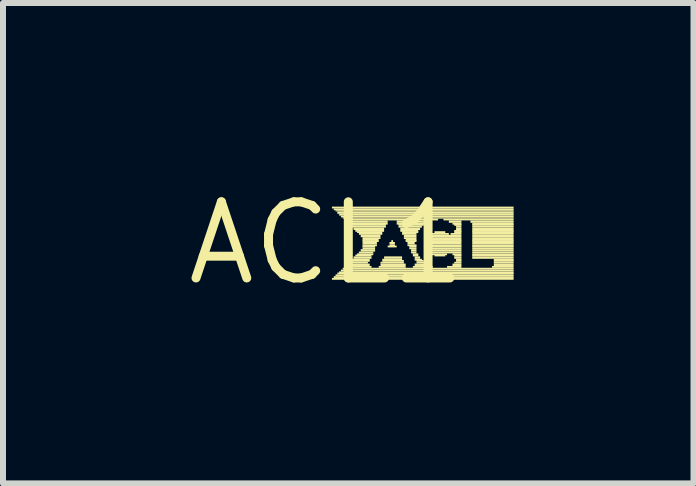
<source format=kicad_pcb>
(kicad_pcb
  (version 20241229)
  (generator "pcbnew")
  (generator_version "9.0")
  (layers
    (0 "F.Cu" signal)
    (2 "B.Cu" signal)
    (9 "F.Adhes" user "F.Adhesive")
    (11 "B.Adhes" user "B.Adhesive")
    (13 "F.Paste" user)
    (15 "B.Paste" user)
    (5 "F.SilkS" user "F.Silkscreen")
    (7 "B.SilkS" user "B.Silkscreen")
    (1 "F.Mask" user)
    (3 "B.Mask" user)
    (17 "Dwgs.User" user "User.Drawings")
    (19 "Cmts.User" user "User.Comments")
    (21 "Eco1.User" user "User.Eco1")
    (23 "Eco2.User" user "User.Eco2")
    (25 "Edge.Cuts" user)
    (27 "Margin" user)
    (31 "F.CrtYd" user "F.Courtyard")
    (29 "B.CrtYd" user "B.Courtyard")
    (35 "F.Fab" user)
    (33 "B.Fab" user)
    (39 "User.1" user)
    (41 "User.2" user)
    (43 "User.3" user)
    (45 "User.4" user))
  (footprint "ACL1"
    (layer "F.Cu")
    (at 2.396 1.006)
    (property "Reference" "ACL1" (at 0 0 0) (layer "F.SilkS") (effects (font (size 1.27 1.27) (thickness 0.15))))
    (attr through_hole)
    (fp_poly (pts (xy 0.09 -0.58) (xy 3.12 -0.58) (xy 3.12 -0.61) (xy 0.09 -0.61)) (stroke (width 0) (type solid)) (fill yes) (layer "F.SilkS"))
    (fp_poly (pts (xy 0.09 0.61) (xy 3.12 0.61) (xy 3.12 0.58) (xy 0.09 0.58)) (stroke (width 0) (type solid)) (fill yes) (layer "F.SilkS"))
    (fp_poly (pts (xy 0.12 -0.55) (xy 3.12 -0.55) (xy 3.12 -0.58) (xy 0.12 -0.58)) (stroke (width 0) (type solid)) (fill yes) (layer "F.SilkS"))
    (fp_poly (pts (xy 0.12 0.58) (xy 3.12 0.58) (xy 3.12 0.55) (xy 0.12 0.55)) (stroke (width 0) (type solid)) (fill yes) (layer "F.SilkS"))
    (fp_poly (pts (xy 0.15 -0.53) (xy 3.12 -0.53) (xy 3.12 -0.55) (xy 0.15 -0.55)) (stroke (width 0) (type solid)) (fill yes) (layer "F.SilkS"))
    (fp_poly (pts (xy 0.15 0.55) (xy 3.12 0.55) (xy 3.12 0.52) (xy 0.15 0.52)) (stroke (width 0) (type solid)) (fill yes) (layer "F.SilkS"))
    (fp_poly (pts (xy 0.18 -0.49) (xy 3.12 -0.49) (xy 3.12 -0.53) (xy 0.18 -0.53)) (stroke (width 0) (type solid)) (fill yes) (layer "F.SilkS"))
    (fp_poly (pts (xy 0.18 0.52) (xy 3.12 0.52) (xy 3.12 0.49) (xy 0.18 0.49)) (stroke (width 0) (type solid)) (fill yes) (layer "F.SilkS"))
    (fp_poly (pts (xy 0.21 -0.46) (xy 3.12 -0.46) (xy 3.12 -0.49) (xy 0.21 -0.49)) (stroke (width 0) (type solid)) (fill yes) (layer "F.SilkS"))
    (fp_poly (pts (xy 0.21 0.5) (xy 3.12 0.5) (xy 3.12 0.47) (xy 0.21 0.47)) (stroke (width 0) (type solid)) (fill yes) (layer "F.SilkS"))
    (fp_poly (pts (xy 0.24 -0.43) (xy 3.12 -0.43) (xy 3.12 -0.46) (xy 0.24 -0.46)) (stroke (width 0) (type solid)) (fill yes) (layer "F.SilkS"))
    (fp_poly (pts (xy 0.24 0.47) (xy 3.12 0.47) (xy 3.12 0.44) (xy 0.24 0.44)) (stroke (width 0) (type solid)) (fill yes) (layer "F.SilkS"))
    (fp_poly (pts (xy 0.27 -0.41) (xy 3.12 -0.41) (xy 3.12 -0.43) (xy 0.27 -0.43)) (stroke (width 0) (type solid)) (fill yes) (layer "F.SilkS"))
    (fp_poly (pts (xy 0.27 0.44) (xy 3.12 0.44) (xy 3.12 0.41) (xy 0.27 0.41)) (stroke (width 0) (type solid)) (fill yes) (layer "F.SilkS"))
    (fp_poly (pts (xy 0.3 -0.38) (xy 1.86 -0.38) (xy 1.86 -0.41) (xy 0.3 -0.41)) (stroke (width 0) (type solid)) (fill yes) (layer "F.SilkS"))
    (fp_poly (pts (xy 0.3 0.41) (xy 0.75 0.41) (xy 0.75 0.38) (xy 0.3 0.38)) (stroke (width 0) (type solid)) (fill yes) (layer "F.SilkS"))
    (fp_poly (pts (xy 0.33 -0.34) (xy 1.02 -0.34) (xy 1.02 -0.38) (xy 0.33 -0.38)) (stroke (width 0) (type solid)) (fill yes) (layer "F.SilkS"))
    (fp_poly (pts (xy 0.33 0.38) (xy 0.72 0.38) (xy 0.72 0.34) (xy 0.33 0.34)) (stroke (width 0) (type solid)) (fill yes) (layer "F.SilkS"))
    (fp_poly (pts (xy 0.36 -0.31) (xy 1.02 -0.31) (xy 1.02 -0.34) (xy 0.36 -0.34)) (stroke (width 0) (type solid)) (fill yes) (layer "F.SilkS"))
    (fp_poly (pts (xy 0.36 0.34) (xy 0.69 0.34) (xy 0.69 0.31) (xy 0.36 0.31)) (stroke (width 0) (type solid)) (fill yes) (layer "F.SilkS"))
    (fp_poly (pts (xy 0.39 -0.29) (xy 0.99 -0.29) (xy 0.99 -0.32) (xy 0.39 -0.32)) (stroke (width 0) (type solid)) (fill yes) (layer "F.SilkS"))
    (fp_poly (pts (xy 0.39 0.31) (xy 0.72 0.31) (xy 0.72 0.28) (xy 0.39 0.28)) (stroke (width 0) (type solid)) (fill yes) (layer "F.SilkS"))
    (fp_poly (pts (xy 0.42 -0.26) (xy 0.99 -0.26) (xy 0.99 -0.29) (xy 0.42 -0.29)) (stroke (width 0) (type solid)) (fill yes) (layer "F.SilkS"))
    (fp_poly (pts (xy 0.42 0.29) (xy 0.72 0.29) (xy 0.72 0.26) (xy 0.42 0.26)) (stroke (width 0) (type solid)) (fill yes) (layer "F.SilkS"))
    (fp_poly (pts (xy 0.45 -0.22) (xy 0.96 -0.22) (xy 0.96 -0.26) (xy 0.45 -0.26)) (stroke (width 0) (type solid)) (fill yes) (layer "F.SilkS"))
    (fp_poly (pts (xy 0.45 0.26) (xy 0.75 0.26) (xy 0.75 0.22) (xy 0.45 0.22)) (stroke (width 0) (type solid)) (fill yes) (layer "F.SilkS"))
    (fp_poly (pts (xy 0.48 -0.19) (xy 0.96 -0.19) (xy 0.96 -0.22) (xy 0.48 -0.22)) (stroke (width 0) (type solid)) (fill yes) (layer "F.SilkS"))
    (fp_poly (pts (xy 0.48 0.22) (xy 0.75 0.22) (xy 0.75 0.19) (xy 0.48 0.19)) (stroke (width 0) (type solid)) (fill yes) (layer "F.SilkS"))
    (fp_poly (pts (xy 0.51 -0.17) (xy 0.93 -0.17) (xy 0.93 -0.2) (xy 0.51 -0.2)) (stroke (width 0) (type solid)) (fill yes) (layer "F.SilkS"))
    (fp_poly (pts (xy 0.51 0.2) (xy 0.78 0.2) (xy 0.78 0.17) (xy 0.51 0.17)) (stroke (width 0) (type solid)) (fill yes) (layer "F.SilkS"))
    (fp_poly (pts (xy 0.54 -0.14) (xy 0.93 -0.14) (xy 0.93 -0.17) (xy 0.54 -0.17)) (stroke (width 0) (type solid)) (fill yes) (layer "F.SilkS"))
    (fp_poly (pts (xy 0.54 0.17) (xy 0.78 0.17) (xy 0.78 0.14) (xy 0.54 0.14)) (stroke (width 0) (type solid)) (fill yes) (layer "F.SilkS"))
    (fp_poly (pts (xy 0.57 -0.1) (xy 0.9 -0.1) (xy 0.9 -0.14) (xy 0.57 -0.14)) (stroke (width 0) (type solid)) (fill yes) (layer "F.SilkS"))
    (fp_poly (pts (xy 0.57 0.14) (xy 0.81 0.14) (xy 0.81 0.1) (xy 0.57 0.1)) (stroke (width 0) (type solid)) (fill yes) (layer "F.SilkS"))
    (fp_poly (pts (xy 0.6 -0.07) (xy 0.9 -0.07) (xy 0.9 -0.1) (xy 0.6 -0.1)) (stroke (width 0) (type solid)) (fill yes) (layer "F.SilkS"))
    (fp_poly (pts (xy 0.6 -0.04) (xy 0.87 -0.04) (xy 0.87 -0.07) (xy 0.6 -0.07)) (stroke (width 0) (type solid)) (fill yes) (layer "F.SilkS"))
    (fp_poly (pts (xy 0.6 -0.02) (xy 0.87 -0.02) (xy 0.87 -0.05) (xy 0.6 -0.05)) (stroke (width 0) (type solid)) (fill yes) (layer "F.SilkS"))
    (fp_poly (pts (xy 0.6 0.02) (xy 0.84 0.02) (xy 0.84 -0.02) (xy 0.6 -0.02)) (stroke (width 0) (type solid)) (fill yes) (layer "F.SilkS"))
    (fp_poly (pts (xy 0.6 0.05) (xy 0.84 0.05) (xy 0.84 0.02) (xy 0.6 0.02)) (stroke (width 0) (type solid)) (fill yes) (layer "F.SilkS"))
    (fp_poly (pts (xy 0.6 0.07) (xy 0.81 0.07) (xy 0.81 0.04) (xy 0.6 0.04)) (stroke (width 0) (type solid)) (fill yes) (layer "F.SilkS"))
    (fp_poly (pts (xy 0.6 0.1) (xy 0.81 0.1) (xy 0.81 0.07) (xy 0.6 0.07)) (stroke (width 0) (type solid)) (fill yes) (layer "F.SilkS"))
    (fp_poly (pts (xy 0.87 0.41) (xy 1.32 0.41) (xy 1.32 0.38) (xy 0.87 0.38)) (stroke (width 0) (type solid)) (fill yes) (layer "F.SilkS"))
    (fp_poly (pts (xy 0.9 0.34) (xy 1.29 0.34) (xy 1.29 0.31) (xy 0.9 0.31)) (stroke (width 0) (type solid)) (fill yes) (layer "F.SilkS"))
    (fp_poly (pts (xy 0.9 0.38) (xy 1.32 0.38) (xy 1.32 0.34) (xy 0.9 0.34)) (stroke (width 0) (type solid)) (fill yes) (layer "F.SilkS"))
    (fp_poly (pts (xy 0.93 0.29) (xy 1.26 0.29) (xy 1.26 0.26) (xy 0.93 0.26)) (stroke (width 0) (type solid)) (fill yes) (layer "F.SilkS"))
    (fp_poly (pts (xy 0.93 0.31) (xy 1.29 0.31) (xy 1.29 0.28) (xy 0.93 0.28)) (stroke (width 0) (type solid)) (fill yes) (layer "F.SilkS"))
    (fp_poly (pts (xy 0.96 0.26) (xy 1.26 0.26) (xy 1.26 0.22) (xy 0.96 0.22)) (stroke (width 0) (type solid)) (fill yes) (layer "F.SilkS"))
    (fp_poly (pts (xy 1.02 0.07) (xy 1.17 0.07) (xy 1.17 0.04) (xy 1.02 0.04)) (stroke (width 0) (type solid)) (fill yes) (layer "F.SilkS"))
    (fp_poly (pts (xy 1.05 0.02) (xy 1.14 0.02) (xy 1.14 -0.02) (xy 1.05 -0.02)) (stroke (width 0) (type solid)) (fill yes) (layer "F.SilkS"))
    (fp_poly (pts (xy 1.05 0.05) (xy 1.14 0.05) (xy 1.14 0.02) (xy 1.05 0.02)) (stroke (width 0) (type solid)) (fill yes) (layer "F.SilkS"))
    (fp_poly (pts (xy 1.08 -0.02) (xy 1.11 -0.02) (xy 1.11 -0.05) (xy 1.08 -0.05)) (stroke (width 0) (type solid)) (fill yes) (layer "F.SilkS"))
    (fp_poly (pts (xy 1.17 -0.34) (xy 1.74 -0.34) (xy 1.74 -0.38) (xy 1.17 -0.38)) (stroke (width 0) (type solid)) (fill yes) (layer "F.SilkS"))
    (fp_poly (pts (xy 1.17 -0.31) (xy 1.68 -0.31) (xy 1.68 -0.34) (xy 1.17 -0.34)) (stroke (width 0) (type solid)) (fill yes) (layer "F.SilkS"))
    (fp_poly (pts (xy 1.2 -0.29) (xy 1.62 -0.29) (xy 1.62 -0.32) (xy 1.2 -0.32)) (stroke (width 0) (type solid)) (fill yes) (layer "F.SilkS"))
    (fp_poly (pts (xy 1.2 -0.26) (xy 1.59 -0.26) (xy 1.59 -0.29) (xy 1.2 -0.29)) (stroke (width 0) (type solid)) (fill yes) (layer "F.SilkS"))
    (fp_poly (pts (xy 1.23 -0.22) (xy 1.56 -0.22) (xy 1.56 -0.26) (xy 1.23 -0.26)) (stroke (width 0) (type solid)) (fill yes) (layer "F.SilkS"))
    (fp_poly (pts (xy 1.23 -0.19) (xy 1.53 -0.19) (xy 1.53 -0.22) (xy 1.23 -0.22)) (stroke (width 0) (type solid)) (fill yes) (layer "F.SilkS"))
    (fp_poly (pts (xy 1.26 -0.17) (xy 1.53 -0.17) (xy 1.53 -0.2) (xy 1.26 -0.2)) (stroke (width 0) (type solid)) (fill yes) (layer "F.SilkS"))
    (fp_poly (pts (xy 1.26 -0.14) (xy 1.5 -0.14) (xy 1.5 -0.17) (xy 1.26 -0.17)) (stroke (width 0) (type solid)) (fill yes) (layer "F.SilkS"))
    (fp_poly (pts (xy 1.29 -0.1) (xy 1.5 -0.1) (xy 1.5 -0.14) (xy 1.29 -0.14)) (stroke (width 0) (type solid)) (fill yes) (layer "F.SilkS"))
    (fp_poly (pts (xy 1.29 -0.07) (xy 1.5 -0.07) (xy 1.5 -0.1) (xy 1.29 -0.1)) (stroke (width 0) (type solid)) (fill yes) (layer "F.SilkS"))
    (fp_poly (pts (xy 1.32 -0.04) (xy 1.5 -0.04) (xy 1.5 -0.07) (xy 1.32 -0.07)) (stroke (width 0) (type solid)) (fill yes) (layer "F.SilkS"))
    (fp_poly (pts (xy 1.32 -0.02) (xy 1.5 -0.02) (xy 1.5 -0.05) (xy 1.32 -0.05)) (stroke (width 0) (type solid)) (fill yes) (layer "F.SilkS"))
    (fp_poly (pts (xy 1.35 0.02) (xy 1.47 0.02) (xy 1.47 -0.02) (xy 1.35 -0.02)) (stroke (width 0) (type solid)) (fill yes) (layer "F.SilkS"))
    (fp_poly (pts (xy 1.35 0.05) (xy 1.5 0.05) (xy 1.5 0.02) (xy 1.35 0.02)) (stroke (width 0) (type solid)) (fill yes) (layer "F.SilkS"))
    (fp_poly (pts (xy 1.38 0.07) (xy 1.5 0.07) (xy 1.5 0.04) (xy 1.38 0.04)) (stroke (width 0) (type solid)) (fill yes) (layer "F.SilkS"))
    (fp_poly (pts (xy 1.38 0.1) (xy 1.5 0.1) (xy 1.5 0.07) (xy 1.38 0.07)) (stroke (width 0) (type solid)) (fill yes) (layer "F.SilkS"))
    (fp_poly (pts (xy 1.41 0.14) (xy 1.5 0.14) (xy 1.5 0.1) (xy 1.41 0.1)) (stroke (width 0) (type solid)) (fill yes) (layer "F.SilkS"))
    (fp_poly (pts (xy 1.41 0.17) (xy 1.5 0.17) (xy 1.5 0.14) (xy 1.41 0.14)) (stroke (width 0) (type solid)) (fill yes) (layer "F.SilkS"))
    (fp_poly (pts (xy 1.44 0.2) (xy 1.53 0.2) (xy 1.53 0.17) (xy 1.44 0.17)) (stroke (width 0) (type solid)) (fill yes) (layer "F.SilkS"))
    (fp_poly (pts (xy 1.44 0.22) (xy 1.53 0.22) (xy 1.53 0.19) (xy 1.44 0.19)) (stroke (width 0) (type solid)) (fill yes) (layer "F.SilkS"))
    (fp_poly (pts (xy 1.44 0.41) (xy 1.77 0.41) (xy 1.77 0.38) (xy 1.44 0.38)) (stroke (width 0) (type solid)) (fill yes) (layer "F.SilkS"))
    (fp_poly (pts (xy 1.47 0.26) (xy 1.56 0.26) (xy 1.56 0.22) (xy 1.47 0.22)) (stroke (width 0) (type solid)) (fill yes) (layer "F.SilkS"))
    (fp_poly (pts (xy 1.47 0.29) (xy 1.59 0.29) (xy 1.59 0.26) (xy 1.47 0.26)) (stroke (width 0) (type solid)) (fill yes) (layer "F.SilkS"))
    (fp_poly (pts (xy 1.47 0.38) (xy 1.68 0.38) (xy 1.68 0.34) (xy 1.47 0.34)) (stroke (width 0) (type solid)) (fill yes) (layer "F.SilkS"))
    (fp_poly (pts (xy 1.5 0.31) (xy 1.62 0.31) (xy 1.62 0.28) (xy 1.5 0.28)) (stroke (width 0) (type solid)) (fill yes) (layer "F.SilkS"))
    (fp_poly (pts (xy 1.5 0.34) (xy 1.65 0.34) (xy 1.65 0.31) (xy 1.5 0.31)) (stroke (width 0) (type solid)) (fill yes) (layer "F.SilkS"))
    (fp_poly (pts (xy 1.68 -0.07) (xy 2.25 -0.07) (xy 2.25 -0.1) (xy 1.68 -0.1)) (stroke (width 0) (type solid)) (fill yes) (layer "F.SilkS"))
    (fp_poly (pts (xy 1.68 -0.04) (xy 2.25 -0.04) (xy 2.25 -0.07) (xy 1.68 -0.07)) (stroke (width 0) (type solid)) (fill yes) (layer "F.SilkS"))
    (fp_poly (pts (xy 1.68 -0.02) (xy 2.25 -0.02) (xy 2.25 -0.05) (xy 1.68 -0.05)) (stroke (width 0) (type solid)) (fill yes) (layer "F.SilkS"))
    (fp_poly (pts (xy 1.68 0.02) (xy 2.25 0.02) (xy 2.25 -0.02) (xy 1.68 -0.02)) (stroke (width 0) (type solid)) (fill yes) (layer "F.SilkS"))
    (fp_poly (pts (xy 1.68 0.05) (xy 2.25 0.05) (xy 2.25 0.02) (xy 1.68 0.02)) (stroke (width 0) (type solid)) (fill yes) (layer "F.SilkS"))
    (fp_poly (pts (xy 1.68 0.07) (xy 2.25 0.07) (xy 2.25 0.04) (xy 1.68 0.04)) (stroke (width 0) (type solid)) (fill yes) (layer "F.SilkS"))
    (fp_poly (pts (xy 1.68 0.1) (xy 2.25 0.1) (xy 2.25 0.07) (xy 1.68 0.07)) (stroke (width 0) (type solid)) (fill yes) (layer "F.SilkS"))
    (fp_poly (pts (xy 1.71 -0.1) (xy 2.25 -0.1) (xy 2.25 -0.14) (xy 1.71 -0.14)) (stroke (width 0) (type solid)) (fill yes) (layer "F.SilkS"))
    (fp_poly (pts (xy 1.71 0.14) (xy 2.25 0.14) (xy 2.25 0.1) (xy 1.71 0.1)) (stroke (width 0) (type solid)) (fill yes) (layer "F.SilkS"))
    (fp_poly (pts (xy 1.71 0.17) (xy 2.25 0.17) (xy 2.25 0.14) (xy 1.71 0.14)) (stroke (width 0) (type solid)) (fill yes) (layer "F.SilkS"))
    (fp_poly (pts (xy 1.74 -0.14) (xy 2.04 -0.14) (xy 2.04 -0.17) (xy 1.74 -0.17)) (stroke (width 0) (type solid)) (fill yes) (layer "F.SilkS"))
    (fp_poly (pts (xy 1.74 0.2) (xy 2.01 0.2) (xy 2.01 0.17) (xy 1.74 0.17)) (stroke (width 0) (type solid)) (fill yes) (layer "F.SilkS"))
    (fp_poly (pts (xy 1.8 -0.17) (xy 1.98 -0.17) (xy 1.98 -0.2) (xy 1.8 -0.2)) (stroke (width 0) (type solid)) (fill yes) (layer "F.SilkS"))
    (fp_poly (pts (xy 1.8 0.22) (xy 1.98 0.22) (xy 1.98 0.19) (xy 1.8 0.19)) (stroke (width 0) (type solid)) (fill yes) (layer "F.SilkS"))
    (fp_poly (pts (xy 1.95 -0.38) (xy 3.12 -0.38) (xy 3.12 -0.41) (xy 1.95 -0.41)) (stroke (width 0) (type solid)) (fill yes) (layer "F.SilkS"))
    (fp_poly (pts (xy 2.01 0.41) (xy 2.25 0.41) (xy 2.25 0.38) (xy 2.01 0.38)) (stroke (width 0) (type solid)) (fill yes) (layer "F.SilkS"))
    (fp_poly (pts (xy 2.04 -0.34) (xy 2.25 -0.34) (xy 2.25 -0.38) (xy 2.04 -0.38)) (stroke (width 0) (type solid)) (fill yes) (layer "F.SilkS"))
    (fp_poly (pts (xy 2.07 -0.14) (xy 2.25 -0.14) (xy 2.25 -0.17) (xy 2.07 -0.17)) (stroke (width 0) (type solid)) (fill yes) (layer "F.SilkS"))
    (fp_poly (pts (xy 2.1 -0.31) (xy 2.25 -0.31) (xy 2.25 -0.34) (xy 2.1 -0.34)) (stroke (width 0) (type solid)) (fill yes) (layer "F.SilkS"))
    (fp_poly (pts (xy 2.1 0.2) (xy 2.25 0.2) (xy 2.25 0.17) (xy 2.1 0.17)) (stroke (width 0) (type solid)) (fill yes) (layer "F.SilkS"))
    (fp_poly (pts (xy 2.1 0.38) (xy 2.25 0.38) (xy 2.25 0.34) (xy 2.1 0.34)) (stroke (width 0) (type solid)) (fill yes) (layer "F.SilkS"))
    (fp_poly (pts (xy 2.13 -0.29) (xy 2.25 -0.29) (xy 2.25 -0.32) (xy 2.13 -0.32)) (stroke (width 0) (type solid)) (fill yes) (layer "F.SilkS"))
    (fp_poly (pts (xy 2.13 -0.19) (xy 2.25 -0.19) (xy 2.25 -0.22) (xy 2.13 -0.22)) (stroke (width 0) (type solid)) (fill yes) (layer "F.SilkS"))
    (fp_poly (pts (xy 2.13 -0.17) (xy 2.25 -0.17) (xy 2.25 -0.2) (xy 2.13 -0.2)) (stroke (width 0) (type solid)) (fill yes) (layer "F.SilkS"))
    (fp_poly (pts (xy 2.13 0.22) (xy 2.25 0.22) (xy 2.25 0.19) (xy 2.13 0.19)) (stroke (width 0) (type solid)) (fill yes) (layer "F.SilkS"))
    (fp_poly (pts (xy 2.13 0.26) (xy 2.25 0.26) (xy 2.25 0.22) (xy 2.13 0.22)) (stroke (width 0) (type solid)) (fill yes) (layer "F.SilkS"))
    (fp_poly (pts (xy 2.13 0.34) (xy 2.25 0.34) (xy 2.25 0.31) (xy 2.13 0.31)) (stroke (width 0) (type solid)) (fill yes) (layer "F.SilkS"))
    (fp_poly (pts (xy 2.16 -0.26) (xy 2.25 -0.26) (xy 2.25 -0.29) (xy 2.16 -0.29)) (stroke (width 0) (type solid)) (fill yes) (layer "F.SilkS"))
    (fp_poly (pts (xy 2.16 -0.22) (xy 2.25 -0.22) (xy 2.25 -0.26) (xy 2.16 -0.26)) (stroke (width 0) (type solid)) (fill yes) (layer "F.SilkS"))
    (fp_poly (pts (xy 2.16 0.29) (xy 2.25 0.29) (xy 2.25 0.26) (xy 2.16 0.26)) (stroke (width 0) (type solid)) (fill yes) (layer "F.SilkS"))
    (fp_poly (pts (xy 2.16 0.31) (xy 2.25 0.31) (xy 2.25 0.28) (xy 2.16 0.28)) (stroke (width 0) (type solid)) (fill yes) (layer "F.SilkS"))
    (fp_poly (pts (xy 2.4 -0.34) (xy 3.12 -0.34) (xy 3.12 -0.38) (xy 2.4 -0.38)) (stroke (width 0) (type solid)) (fill yes) (layer "F.SilkS"))
    (fp_poly (pts (xy 2.43 -0.31) (xy 3.12 -0.31) (xy 3.12 -0.34) (xy 2.43 -0.34)) (stroke (width 0) (type solid)) (fill yes) (layer "F.SilkS"))
    (fp_poly (pts (xy 2.43 -0.29) (xy 3.12 -0.29) (xy 3.12 -0.32) (xy 2.43 -0.32)) (stroke (width 0) (type solid)) (fill yes) (layer "F.SilkS"))
    (fp_poly (pts (xy 2.43 -0.26) (xy 3.12 -0.26) (xy 3.12 -0.29) (xy 2.43 -0.29)) (stroke (width 0) (type solid)) (fill yes) (layer "F.SilkS"))
    (fp_poly (pts (xy 2.43 -0.22) (xy 3.12 -0.22) (xy 3.12 -0.26) (xy 2.43 -0.26)) (stroke (width 0) (type solid)) (fill yes) (layer "F.SilkS"))
    (fp_poly (pts (xy 2.43 -0.19) (xy 3.12 -0.19) (xy 3.12 -0.22) (xy 2.43 -0.22)) (stroke (width 0) (type solid)) (fill yes) (layer "F.SilkS"))
    (fp_poly (pts (xy 2.43 -0.17) (xy 3.12 -0.17) (xy 3.12 -0.2) (xy 2.43 -0.2)) (stroke (width 0) (type solid)) (fill yes) (layer "F.SilkS"))
    (fp_poly (pts (xy 2.43 -0.14) (xy 3.12 -0.14) (xy 3.12 -0.17) (xy 2.43 -0.17)) (stroke (width 0) (type solid)) (fill yes) (layer "F.SilkS"))
    (fp_poly (pts (xy 2.43 -0.1) (xy 3.12 -0.1) (xy 3.12 -0.14) (xy 2.43 -0.14)) (stroke (width 0) (type solid)) (fill yes) (layer "F.SilkS"))
    (fp_poly (pts (xy 2.43 -0.07) (xy 3.12 -0.07) (xy 3.12 -0.1) (xy 2.43 -0.1)) (stroke (width 0) (type solid)) (fill yes) (layer "F.SilkS"))
    (fp_poly (pts (xy 2.43 -0.04) (xy 3.12 -0.04) (xy 3.12 -0.07) (xy 2.43 -0.07)) (stroke (width 0) (type solid)) (fill yes) (layer "F.SilkS"))
    (fp_poly (pts (xy 2.43 -0.02) (xy 3.12 -0.02) (xy 3.12 -0.05) (xy 2.43 -0.05)) (stroke (width 0) (type solid)) (fill yes) (layer "F.SilkS"))
    (fp_poly (pts (xy 2.43 0.02) (xy 3.12 0.02) (xy 3.12 -0.02) (xy 2.43 -0.02)) (stroke (width 0) (type solid)) (fill yes) (layer "F.SilkS"))
    (fp_poly (pts (xy 2.43 0.05) (xy 3.12 0.05) (xy 3.12 0.02) (xy 2.43 0.02)) (stroke (width 0) (type solid)) (fill yes) (layer "F.SilkS"))
    (fp_poly (pts (xy 2.43 0.07) (xy 3.12 0.07) (xy 3.12 0.04) (xy 2.43 0.04)) (stroke (width 0) (type solid)) (fill yes) (layer "F.SilkS"))
    (fp_poly (pts (xy 2.43 0.1) (xy 3.12 0.1) (xy 3.12 0.07) (xy 2.43 0.07)) (stroke (width 0) (type solid)) (fill yes) (layer "F.SilkS"))
    (fp_poly (pts (xy 2.43 0.14) (xy 3.12 0.14) (xy 3.12 0.1) (xy 2.43 0.1)) (stroke (width 0) (type solid)) (fill yes) (layer "F.SilkS"))
    (fp_poly (pts (xy 2.43 0.17) (xy 3.12 0.17) (xy 3.12 0.14) (xy 2.43 0.14)) (stroke (width 0) (type solid)) (fill yes) (layer "F.SilkS"))
    (fp_poly (pts (xy 2.43 0.2) (xy 3.12 0.2) (xy 3.12 0.17) (xy 2.43 0.17)) (stroke (width 0) (type solid)) (fill yes) (layer "F.SilkS"))
    (fp_poly (pts (xy 2.43 0.22) (xy 3.12 0.22) (xy 3.12 0.19) (xy 2.43 0.19)) (stroke (width 0) (type solid)) (fill yes) (layer "F.SilkS"))
    (fp_poly (pts (xy 2.43 0.26) (xy 3.12 0.26) (xy 3.12 0.22) (xy 2.43 0.22)) (stroke (width 0) (type solid)) (fill yes) (layer "F.SilkS"))
    (fp_poly (pts (xy 2.76 0.41) (xy 3.12 0.41) (xy 3.12 0.38) (xy 2.76 0.38)) (stroke (width 0) (type solid)) (fill yes) (layer "F.SilkS"))
    (fp_poly (pts (xy 2.79 0.29) (xy 3.12 0.29) (xy 3.12 0.26) (xy 2.79 0.26)) (stroke (width 0) (type solid)) (fill yes) (layer "F.SilkS"))
    (fp_poly (pts (xy 2.79 0.31) (xy 3.12 0.31) (xy 3.12 0.28) (xy 2.79 0.28)) (stroke (width 0) (type solid)) (fill yes) (layer "F.SilkS"))
    (fp_poly (pts (xy 2.79 0.34) (xy 3.12 0.34) (xy 3.12 0.31) (xy 2.79 0.31)) (stroke (width 0) (type solid)) (fill yes) (layer "F.SilkS"))
    (fp_poly (pts (xy 2.79 0.38) (xy 3.12 0.38) (xy 3.12 0.34) (xy 2.79 0.34)) (stroke (width 0) (type solid)) (fill yes) (layer "F.SilkS")))
  (gr_rect
    (start -3 -3)
    (end 8.516 5.012)
    (stroke (width 0.1) (type default))
    (fill no)
    (layer "Edge.Cuts")))
</source>
